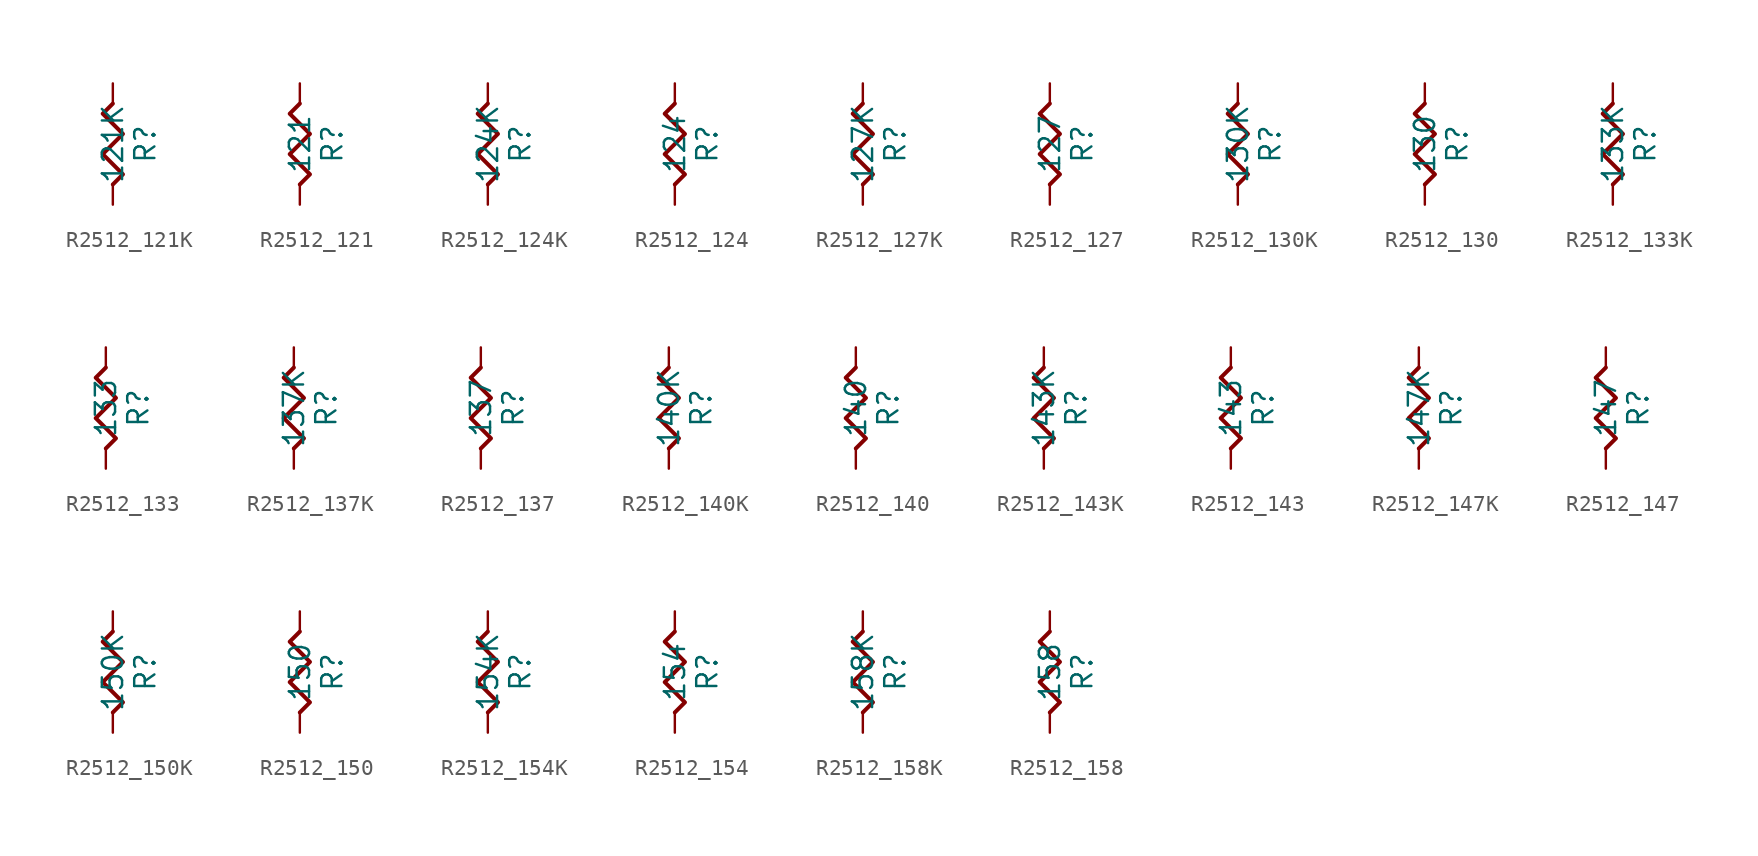
<source format=kicad_sym>
(kicad_symbol_lib
  (version 20211014)
  (generator atlantix-eda)
  (symbol "R2512_121K"
    (pin_numbers hide)
    (pin_names
      (offset 0))
    (property "Reference" "R"
      (at 2.032 0 90)
      (effects (font (size 1.27 1.27))))
    (property "Value" "121K"
      (at 0 0 90)
      (effects (font (size 1.27 1.27))))
    (symbol "R2512_121K_0_1"
      (polyline (pts (xy 0 -2.54) (xy 0.635 -1.905) (xy -0.635 -0.635) (xy 0.635 0.635) (xy -0.635 1.905) (xy 0 2.54)) (stroke (width 0.254) (type default) (color 0 0 0 0)) (fill (type none))))
    (symbol "R2512_121K_1_1"
      (pin passive line (at 0 3.81 270) (length 1.27) (name "~" (effects (font (size 1.27 1.27)))) (number "1" (effects (font (size 1.27 1.27)))))
      (pin passive line (at 0 -3.81 90) (length 1.27) (name "~" (effects (font (size 1.27 1.27)))) (number "2" (effects (font (size 1.27 1.27)))))))
  (symbol "R2512_121"
    (pin_numbers hide)
    (pin_names
      (offset 0))
    (property "Reference" "R"
      (at 2.032 0 90)
      (effects (font (size 1.27 1.27))))
    (property "Value" "121"
      (at 0 0 90)
      (effects (font (size 1.27 1.27))))
    (symbol "R2512_121_0_1"
      (polyline (pts (xy 0 -2.54) (xy 0.635 -1.905) (xy -0.635 -0.635) (xy 0.635 0.635) (xy -0.635 1.905) (xy 0 2.54)) (stroke (width 0.254) (type default) (color 0 0 0 0)) (fill (type none))))
    (symbol "R2512_121_1_1"
      (pin passive line (at 0 3.81 270) (length 1.27) (name "~" (effects (font (size 1.27 1.27)))) (number "1" (effects (font (size 1.27 1.27)))))
      (pin passive line (at 0 -3.81 90) (length 1.27) (name "~" (effects (font (size 1.27 1.27)))) (number "2" (effects (font (size 1.27 1.27)))))))
  (symbol "R2512_124K"
    (pin_numbers hide)
    (pin_names
      (offset 0))
    (property "Reference" "R"
      (at 2.032 0 90)
      (effects (font (size 1.27 1.27))))
    (property "Value" "124K"
      (at 0 0 90)
      (effects (font (size 1.27 1.27))))
    (symbol "R2512_124K_0_1"
      (polyline (pts (xy 0 -2.54) (xy 0.635 -1.905) (xy -0.635 -0.635) (xy 0.635 0.635) (xy -0.635 1.905) (xy 0 2.54)) (stroke (width 0.254) (type default) (color 0 0 0 0)) (fill (type none))))
    (symbol "R2512_124K_1_1"
      (pin passive line (at 0 3.81 270) (length 1.27) (name "~" (effects (font (size 1.27 1.27)))) (number "1" (effects (font (size 1.27 1.27)))))
      (pin passive line (at 0 -3.81 90) (length 1.27) (name "~" (effects (font (size 1.27 1.27)))) (number "2" (effects (font (size 1.27 1.27)))))))
  (symbol "R2512_124"
    (pin_numbers hide)
    (pin_names
      (offset 0))
    (property "Reference" "R"
      (at 2.032 0 90)
      (effects (font (size 1.27 1.27))))
    (property "Value" "124"
      (at 0 0 90)
      (effects (font (size 1.27 1.27))))
    (symbol "R2512_124_0_1"
      (polyline (pts (xy 0 -2.54) (xy 0.635 -1.905) (xy -0.635 -0.635) (xy 0.635 0.635) (xy -0.635 1.905) (xy 0 2.54)) (stroke (width 0.254) (type default) (color 0 0 0 0)) (fill (type none))))
    (symbol "R2512_124_1_1"
      (pin passive line (at 0 3.81 270) (length 1.27) (name "~" (effects (font (size 1.27 1.27)))) (number "1" (effects (font (size 1.27 1.27)))))
      (pin passive line (at 0 -3.81 90) (length 1.27) (name "~" (effects (font (size 1.27 1.27)))) (number "2" (effects (font (size 1.27 1.27)))))))
  (symbol "R2512_127K"
    (pin_numbers hide)
    (pin_names
      (offset 0))
    (property "Reference" "R"
      (at 2.032 0 90)
      (effects (font (size 1.27 1.27))))
    (property "Value" "127K"
      (at 0 0 90)
      (effects (font (size 1.27 1.27))))
    (symbol "R2512_127K_0_1"
      (polyline (pts (xy 0 -2.54) (xy 0.635 -1.905) (xy -0.635 -0.635) (xy 0.635 0.635) (xy -0.635 1.905) (xy 0 2.54)) (stroke (width 0.254) (type default) (color 0 0 0 0)) (fill (type none))))
    (symbol "R2512_127K_1_1"
      (pin passive line (at 0 3.81 270) (length 1.27) (name "~" (effects (font (size 1.27 1.27)))) (number "1" (effects (font (size 1.27 1.27)))))
      (pin passive line (at 0 -3.81 90) (length 1.27) (name "~" (effects (font (size 1.27 1.27)))) (number "2" (effects (font (size 1.27 1.27)))))))
  (symbol "R2512_127"
    (pin_numbers hide)
    (pin_names
      (offset 0))
    (property "Reference" "R"
      (at 2.032 0 90)
      (effects (font (size 1.27 1.27))))
    (property "Value" "127"
      (at 0 0 90)
      (effects (font (size 1.27 1.27))))
    (symbol "R2512_127_0_1"
      (polyline (pts (xy 0 -2.54) (xy 0.635 -1.905) (xy -0.635 -0.635) (xy 0.635 0.635) (xy -0.635 1.905) (xy 0 2.54)) (stroke (width 0.254) (type default) (color 0 0 0 0)) (fill (type none))))
    (symbol "R2512_127_1_1"
      (pin passive line (at 0 3.81 270) (length 1.27) (name "~" (effects (font (size 1.27 1.27)))) (number "1" (effects (font (size 1.27 1.27)))))
      (pin passive line (at 0 -3.81 90) (length 1.27) (name "~" (effects (font (size 1.27 1.27)))) (number "2" (effects (font (size 1.27 1.27)))))))
  (symbol "R2512_130K"
    (pin_numbers hide)
    (pin_names
      (offset 0))
    (property "Reference" "R"
      (at 2.032 0 90)
      (effects (font (size 1.27 1.27))))
    (property "Value" "130K"
      (at 0 0 90)
      (effects (font (size 1.27 1.27))))
    (symbol "R2512_130K_0_1"
      (polyline (pts (xy 0 -2.54) (xy 0.635 -1.905) (xy -0.635 -0.635) (xy 0.635 0.635) (xy -0.635 1.905) (xy 0 2.54)) (stroke (width 0.254) (type default) (color 0 0 0 0)) (fill (type none))))
    (symbol "R2512_130K_1_1"
      (pin passive line (at 0 3.81 270) (length 1.27) (name "~" (effects (font (size 1.27 1.27)))) (number "1" (effects (font (size 1.27 1.27)))))
      (pin passive line (at 0 -3.81 90) (length 1.27) (name "~" (effects (font (size 1.27 1.27)))) (number "2" (effects (font (size 1.27 1.27)))))))
  (symbol "R2512_130"
    (pin_numbers hide)
    (pin_names
      (offset 0))
    (property "Reference" "R"
      (at 2.032 0 90)
      (effects (font (size 1.27 1.27))))
    (property "Value" "130"
      (at 0 0 90)
      (effects (font (size 1.27 1.27))))
    (symbol "R2512_130_0_1"
      (polyline (pts (xy 0 -2.54) (xy 0.635 -1.905) (xy -0.635 -0.635) (xy 0.635 0.635) (xy -0.635 1.905) (xy 0 2.54)) (stroke (width 0.254) (type default) (color 0 0 0 0)) (fill (type none))))
    (symbol "R2512_130_1_1"
      (pin passive line (at 0 3.81 270) (length 1.27) (name "~" (effects (font (size 1.27 1.27)))) (number "1" (effects (font (size 1.27 1.27)))))
      (pin passive line (at 0 -3.81 90) (length 1.27) (name "~" (effects (font (size 1.27 1.27)))) (number "2" (effects (font (size 1.27 1.27)))))))
  (symbol "R2512_133K"
    (pin_numbers hide)
    (pin_names
      (offset 0))
    (property "Reference" "R"
      (at 2.032 0 90)
      (effects (font (size 1.27 1.27))))
    (property "Value" "133K"
      (at 0 0 90)
      (effects (font (size 1.27 1.27))))
    (symbol "R2512_133K_0_1"
      (polyline (pts (xy 0 -2.54) (xy 0.635 -1.905) (xy -0.635 -0.635) (xy 0.635 0.635) (xy -0.635 1.905) (xy 0 2.54)) (stroke (width 0.254) (type default) (color 0 0 0 0)) (fill (type none))))
    (symbol "R2512_133K_1_1"
      (pin passive line (at 0 3.81 270) (length 1.27) (name "~" (effects (font (size 1.27 1.27)))) (number "1" (effects (font (size 1.27 1.27)))))
      (pin passive line (at 0 -3.81 90) (length 1.27) (name "~" (effects (font (size 1.27 1.27)))) (number "2" (effects (font (size 1.27 1.27)))))))
  (symbol "R2512_133"
    (pin_numbers hide)
    (pin_names
      (offset 0))
    (property "Reference" "R"
      (at 2.032 0 90)
      (effects (font (size 1.27 1.27))))
    (property "Value" "133"
      (at 0 0 90)
      (effects (font (size 1.27 1.27))))
    (symbol "R2512_133_0_1"
      (polyline (pts (xy 0 -2.54) (xy 0.635 -1.905) (xy -0.635 -0.635) (xy 0.635 0.635) (xy -0.635 1.905) (xy 0 2.54)) (stroke (width 0.254) (type default) (color 0 0 0 0)) (fill (type none))))
    (symbol "R2512_133_1_1"
      (pin passive line (at 0 3.81 270) (length 1.27) (name "~" (effects (font (size 1.27 1.27)))) (number "1" (effects (font (size 1.27 1.27)))))
      (pin passive line (at 0 -3.81 90) (length 1.27) (name "~" (effects (font (size 1.27 1.27)))) (number "2" (effects (font (size 1.27 1.27)))))))
  (symbol "R2512_137K"
    (pin_numbers hide)
    (pin_names
      (offset 0))
    (property "Reference" "R"
      (at 2.032 0 90)
      (effects (font (size 1.27 1.27))))
    (property "Value" "137K"
      (at 0 0 90)
      (effects (font (size 1.27 1.27))))
    (symbol "R2512_137K_0_1"
      (polyline (pts (xy 0 -2.54) (xy 0.635 -1.905) (xy -0.635 -0.635) (xy 0.635 0.635) (xy -0.635 1.905) (xy 0 2.54)) (stroke (width 0.254) (type default) (color 0 0 0 0)) (fill (type none))))
    (symbol "R2512_137K_1_1"
      (pin passive line (at 0 3.81 270) (length 1.27) (name "~" (effects (font (size 1.27 1.27)))) (number "1" (effects (font (size 1.27 1.27)))))
      (pin passive line (at 0 -3.81 90) (length 1.27) (name "~" (effects (font (size 1.27 1.27)))) (number "2" (effects (font (size 1.27 1.27)))))))
  (symbol "R2512_137"
    (pin_numbers hide)
    (pin_names
      (offset 0))
    (property "Reference" "R"
      (at 2.032 0 90)
      (effects (font (size 1.27 1.27))))
    (property "Value" "137"
      (at 0 0 90)
      (effects (font (size 1.27 1.27))))
    (symbol "R2512_137_0_1"
      (polyline (pts (xy 0 -2.54) (xy 0.635 -1.905) (xy -0.635 -0.635) (xy 0.635 0.635) (xy -0.635 1.905) (xy 0 2.54)) (stroke (width 0.254) (type default) (color 0 0 0 0)) (fill (type none))))
    (symbol "R2512_137_1_1"
      (pin passive line (at 0 3.81 270) (length 1.27) (name "~" (effects (font (size 1.27 1.27)))) (number "1" (effects (font (size 1.27 1.27)))))
      (pin passive line (at 0 -3.81 90) (length 1.27) (name "~" (effects (font (size 1.27 1.27)))) (number "2" (effects (font (size 1.27 1.27)))))))
  (symbol "R2512_140K"
    (pin_numbers hide)
    (pin_names
      (offset 0))
    (property "Reference" "R"
      (at 2.032 0 90)
      (effects (font (size 1.27 1.27))))
    (property "Value" "140K"
      (at 0 0 90)
      (effects (font (size 1.27 1.27))))
    (symbol "R2512_140K_0_1"
      (polyline (pts (xy 0 -2.54) (xy 0.635 -1.905) (xy -0.635 -0.635) (xy 0.635 0.635) (xy -0.635 1.905) (xy 0 2.54)) (stroke (width 0.254) (type default) (color 0 0 0 0)) (fill (type none))))
    (symbol "R2512_140K_1_1"
      (pin passive line (at 0 3.81 270) (length 1.27) (name "~" (effects (font (size 1.27 1.27)))) (number "1" (effects (font (size 1.27 1.27)))))
      (pin passive line (at 0 -3.81 90) (length 1.27) (name "~" (effects (font (size 1.27 1.27)))) (number "2" (effects (font (size 1.27 1.27)))))))
  (symbol "R2512_140"
    (pin_numbers hide)
    (pin_names
      (offset 0))
    (property "Reference" "R"
      (at 2.032 0 90)
      (effects (font (size 1.27 1.27))))
    (property "Value" "140"
      (at 0 0 90)
      (effects (font (size 1.27 1.27))))
    (symbol "R2512_140_0_1"
      (polyline (pts (xy 0 -2.54) (xy 0.635 -1.905) (xy -0.635 -0.635) (xy 0.635 0.635) (xy -0.635 1.905) (xy 0 2.54)) (stroke (width 0.254) (type default) (color 0 0 0 0)) (fill (type none))))
    (symbol "R2512_140_1_1"
      (pin passive line (at 0 3.81 270) (length 1.27) (name "~" (effects (font (size 1.27 1.27)))) (number "1" (effects (font (size 1.27 1.27)))))
      (pin passive line (at 0 -3.81 90) (length 1.27) (name "~" (effects (font (size 1.27 1.27)))) (number "2" (effects (font (size 1.27 1.27)))))))
  (symbol "R2512_143K"
    (pin_numbers hide)
    (pin_names
      (offset 0))
    (property "Reference" "R"
      (at 2.032 0 90)
      (effects (font (size 1.27 1.27))))
    (property "Value" "143K"
      (at 0 0 90)
      (effects (font (size 1.27 1.27))))
    (symbol "R2512_143K_0_1"
      (polyline (pts (xy 0 -2.54) (xy 0.635 -1.905) (xy -0.635 -0.635) (xy 0.635 0.635) (xy -0.635 1.905) (xy 0 2.54)) (stroke (width 0.254) (type default) (color 0 0 0 0)) (fill (type none))))
    (symbol "R2512_143K_1_1"
      (pin passive line (at 0 3.81 270) (length 1.27) (name "~" (effects (font (size 1.27 1.27)))) (number "1" (effects (font (size 1.27 1.27)))))
      (pin passive line (at 0 -3.81 90) (length 1.27) (name "~" (effects (font (size 1.27 1.27)))) (number "2" (effects (font (size 1.27 1.27)))))))
  (symbol "R2512_143"
    (pin_numbers hide)
    (pin_names
      (offset 0))
    (property "Reference" "R"
      (at 2.032 0 90)
      (effects (font (size 1.27 1.27))))
    (property "Value" "143"
      (at 0 0 90)
      (effects (font (size 1.27 1.27))))
    (symbol "R2512_143_0_1"
      (polyline (pts (xy 0 -2.54) (xy 0.635 -1.905) (xy -0.635 -0.635) (xy 0.635 0.635) (xy -0.635 1.905) (xy 0 2.54)) (stroke (width 0.254) (type default) (color 0 0 0 0)) (fill (type none))))
    (symbol "R2512_143_1_1"
      (pin passive line (at 0 3.81 270) (length 1.27) (name "~" (effects (font (size 1.27 1.27)))) (number "1" (effects (font (size 1.27 1.27)))))
      (pin passive line (at 0 -3.81 90) (length 1.27) (name "~" (effects (font (size 1.27 1.27)))) (number "2" (effects (font (size 1.27 1.27)))))))
  (symbol "R2512_147K"
    (pin_numbers hide)
    (pin_names
      (offset 0))
    (property "Reference" "R"
      (at 2.032 0 90)
      (effects (font (size 1.27 1.27))))
    (property "Value" "147K"
      (at 0 0 90)
      (effects (font (size 1.27 1.27))))
    (symbol "R2512_147K_0_1"
      (polyline (pts (xy 0 -2.54) (xy 0.635 -1.905) (xy -0.635 -0.635) (xy 0.635 0.635) (xy -0.635 1.905) (xy 0 2.54)) (stroke (width 0.254) (type default) (color 0 0 0 0)) (fill (type none))))
    (symbol "R2512_147K_1_1"
      (pin passive line (at 0 3.81 270) (length 1.27) (name "~" (effects (font (size 1.27 1.27)))) (number "1" (effects (font (size 1.27 1.27)))))
      (pin passive line (at 0 -3.81 90) (length 1.27) (name "~" (effects (font (size 1.27 1.27)))) (number "2" (effects (font (size 1.27 1.27)))))))
  (symbol "R2512_147"
    (pin_numbers hide)
    (pin_names
      (offset 0))
    (property "Reference" "R"
      (at 2.032 0 90)
      (effects (font (size 1.27 1.27))))
    (property "Value" "147"
      (at 0 0 90)
      (effects (font (size 1.27 1.27))))
    (symbol "R2512_147_0_1"
      (polyline (pts (xy 0 -2.54) (xy 0.635 -1.905) (xy -0.635 -0.635) (xy 0.635 0.635) (xy -0.635 1.905) (xy 0 2.54)) (stroke (width 0.254) (type default) (color 0 0 0 0)) (fill (type none))))
    (symbol "R2512_147_1_1"
      (pin passive line (at 0 3.81 270) (length 1.27) (name "~" (effects (font (size 1.27 1.27)))) (number "1" (effects (font (size 1.27 1.27)))))
      (pin passive line (at 0 -3.81 90) (length 1.27) (name "~" (effects (font (size 1.27 1.27)))) (number "2" (effects (font (size 1.27 1.27)))))))
  (symbol "R2512_150K"
    (pin_numbers hide)
    (pin_names
      (offset 0))
    (property "Reference" "R"
      (at 2.032 0 90)
      (effects (font (size 1.27 1.27))))
    (property "Value" "150K"
      (at 0 0 90)
      (effects (font (size 1.27 1.27))))
    (symbol "R2512_150K_0_1"
      (polyline (pts (xy 0 -2.54) (xy 0.635 -1.905) (xy -0.635 -0.635) (xy 0.635 0.635) (xy -0.635 1.905) (xy 0 2.54)) (stroke (width 0.254) (type default) (color 0 0 0 0)) (fill (type none))))
    (symbol "R2512_150K_1_1"
      (pin passive line (at 0 3.81 270) (length 1.27) (name "~" (effects (font (size 1.27 1.27)))) (number "1" (effects (font (size 1.27 1.27)))))
      (pin passive line (at 0 -3.81 90) (length 1.27) (name "~" (effects (font (size 1.27 1.27)))) (number "2" (effects (font (size 1.27 1.27)))))))
  (symbol "R2512_150"
    (pin_numbers hide)
    (pin_names
      (offset 0))
    (property "Reference" "R"
      (at 2.032 0 90)
      (effects (font (size 1.27 1.27))))
    (property "Value" "150"
      (at 0 0 90)
      (effects (font (size 1.27 1.27))))
    (symbol "R2512_150_0_1"
      (polyline (pts (xy 0 -2.54) (xy 0.635 -1.905) (xy -0.635 -0.635) (xy 0.635 0.635) (xy -0.635 1.905) (xy 0 2.54)) (stroke (width 0.254) (type default) (color 0 0 0 0)) (fill (type none))))
    (symbol "R2512_150_1_1"
      (pin passive line (at 0 3.81 270) (length 1.27) (name "~" (effects (font (size 1.27 1.27)))) (number "1" (effects (font (size 1.27 1.27)))))
      (pin passive line (at 0 -3.81 90) (length 1.27) (name "~" (effects (font (size 1.27 1.27)))) (number "2" (effects (font (size 1.27 1.27)))))))
  (symbol "R2512_154K"
    (pin_numbers hide)
    (pin_names
      (offset 0))
    (property "Reference" "R"
      (at 2.032 0 90)
      (effects (font (size 1.27 1.27))))
    (property "Value" "154K"
      (at 0 0 90)
      (effects (font (size 1.27 1.27))))
    (symbol "R2512_154K_0_1"
      (polyline (pts (xy 0 -2.54) (xy 0.635 -1.905) (xy -0.635 -0.635) (xy 0.635 0.635) (xy -0.635 1.905) (xy 0 2.54)) (stroke (width 0.254) (type default) (color 0 0 0 0)) (fill (type none))))
    (symbol "R2512_154K_1_1"
      (pin passive line (at 0 3.81 270) (length 1.27) (name "~" (effects (font (size 1.27 1.27)))) (number "1" (effects (font (size 1.27 1.27)))))
      (pin passive line (at 0 -3.81 90) (length 1.27) (name "~" (effects (font (size 1.27 1.27)))) (number "2" (effects (font (size 1.27 1.27)))))))
  (symbol "R2512_154"
    (pin_numbers hide)
    (pin_names
      (offset 0))
    (property "Reference" "R"
      (at 2.032 0 90)
      (effects (font (size 1.27 1.27))))
    (property "Value" "154"
      (at 0 0 90)
      (effects (font (size 1.27 1.27))))
    (symbol "R2512_154_0_1"
      (polyline (pts (xy 0 -2.54) (xy 0.635 -1.905) (xy -0.635 -0.635) (xy 0.635 0.635) (xy -0.635 1.905) (xy 0 2.54)) (stroke (width 0.254) (type default) (color 0 0 0 0)) (fill (type none))))
    (symbol "R2512_154_1_1"
      (pin passive line (at 0 3.81 270) (length 1.27) (name "~" (effects (font (size 1.27 1.27)))) (number "1" (effects (font (size 1.27 1.27)))))
      (pin passive line (at 0 -3.81 90) (length 1.27) (name "~" (effects (font (size 1.27 1.27)))) (number "2" (effects (font (size 1.27 1.27)))))))
  (symbol "R2512_158K"
    (pin_numbers hide)
    (pin_names
      (offset 0))
    (property "Reference" "R"
      (at 2.032 0 90)
      (effects (font (size 1.27 1.27))))
    (property "Value" "158K"
      (at 0 0 90)
      (effects (font (size 1.27 1.27))))
    (symbol "R2512_158K_0_1"
      (polyline (pts (xy 0 -2.54) (xy 0.635 -1.905) (xy -0.635 -0.635) (xy 0.635 0.635) (xy -0.635 1.905) (xy 0 2.54)) (stroke (width 0.254) (type default) (color 0 0 0 0)) (fill (type none))))
    (symbol "R2512_158K_1_1"
      (pin passive line (at 0 3.81 270) (length 1.27) (name "~" (effects (font (size 1.27 1.27)))) (number "1" (effects (font (size 1.27 1.27)))))
      (pin passive line (at 0 -3.81 90) (length 1.27) (name "~" (effects (font (size 1.27 1.27)))) (number "2" (effects (font (size 1.27 1.27)))))))
  (symbol "R2512_158"
    (pin_numbers hide)
    (pin_names
      (offset 0))
    (property "Reference" "R"
      (at 2.032 0 90)
      (effects (font (size 1.27 1.27))))
    (property "Value" "158"
      (at 0 0 90)
      (effects (font (size 1.27 1.27))))
    (symbol "R2512_158_0_1"
      (polyline (pts (xy 0 -2.54) (xy 0.635 -1.905) (xy -0.635 -0.635) (xy 0.635 0.635) (xy -0.635 1.905) (xy 0 2.54)) (stroke (width 0.254) (type default) (color 0 0 0 0)) (fill (type none))))
    (symbol "R2512_158_1_1"
      (pin passive line (at 0 3.81 270) (length 1.27) (name "~" (effects (font (size 1.27 1.27)))) (number "1" (effects (font (size 1.27 1.27)))))
      (pin passive line (at 0 -3.81 90) (length 1.27) (name "~" (effects (font (size 1.27 1.27)))) (number "2" (effects (font (size 1.27 1.27))))))))
</source>
